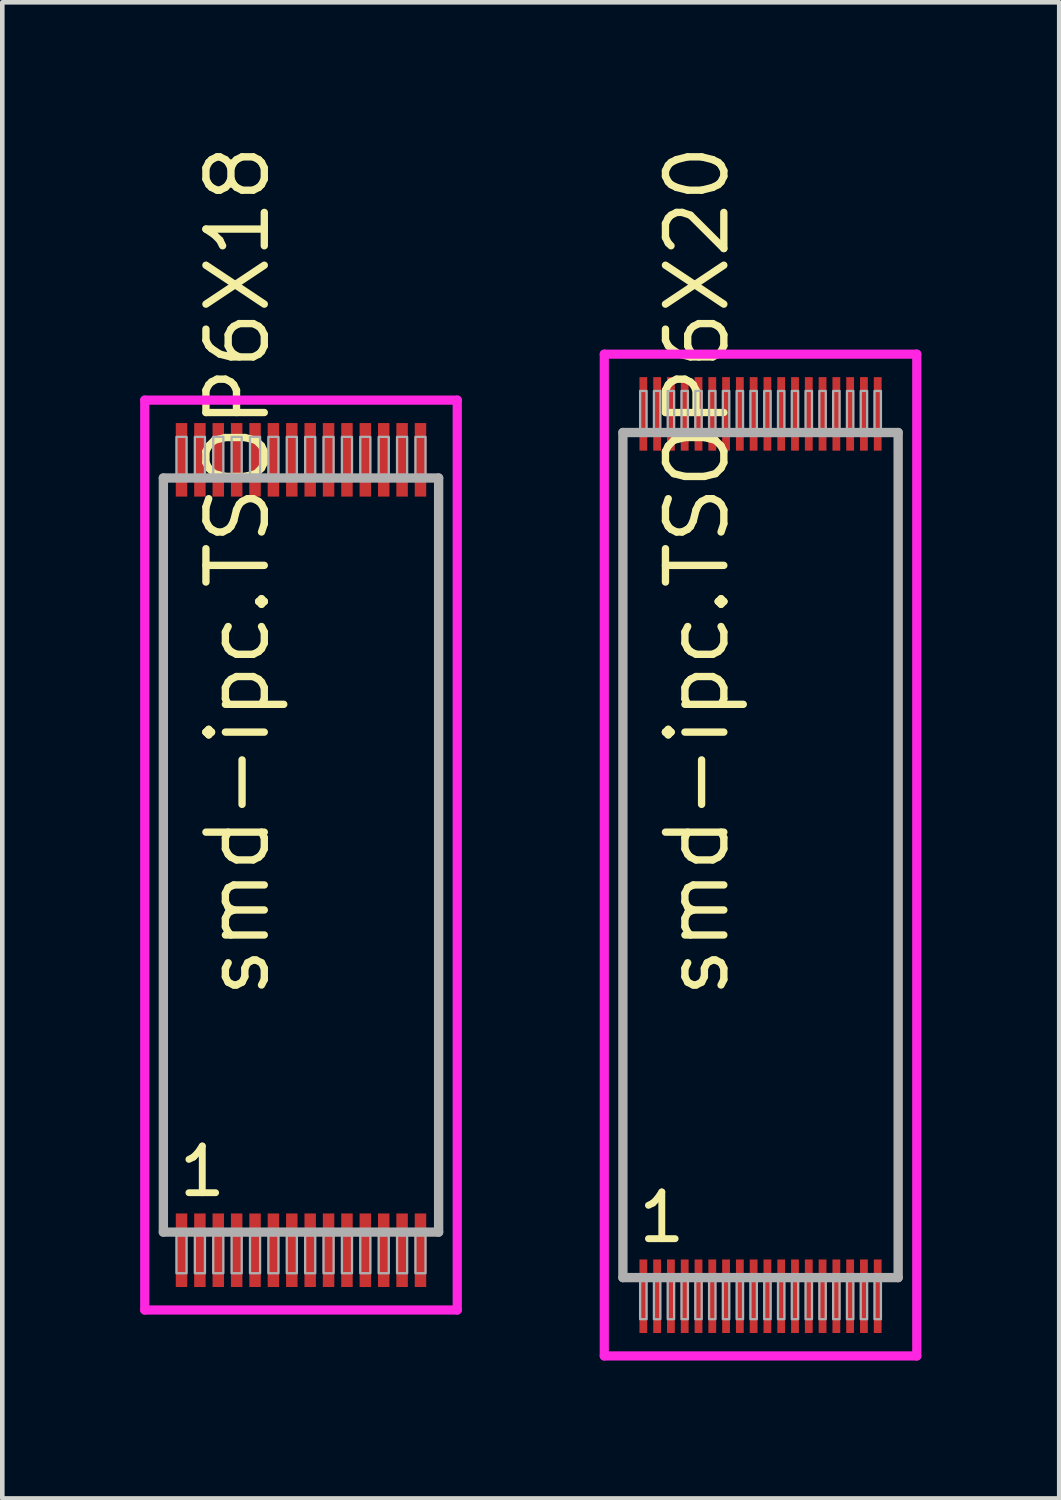
<source format=kicad_pcb>
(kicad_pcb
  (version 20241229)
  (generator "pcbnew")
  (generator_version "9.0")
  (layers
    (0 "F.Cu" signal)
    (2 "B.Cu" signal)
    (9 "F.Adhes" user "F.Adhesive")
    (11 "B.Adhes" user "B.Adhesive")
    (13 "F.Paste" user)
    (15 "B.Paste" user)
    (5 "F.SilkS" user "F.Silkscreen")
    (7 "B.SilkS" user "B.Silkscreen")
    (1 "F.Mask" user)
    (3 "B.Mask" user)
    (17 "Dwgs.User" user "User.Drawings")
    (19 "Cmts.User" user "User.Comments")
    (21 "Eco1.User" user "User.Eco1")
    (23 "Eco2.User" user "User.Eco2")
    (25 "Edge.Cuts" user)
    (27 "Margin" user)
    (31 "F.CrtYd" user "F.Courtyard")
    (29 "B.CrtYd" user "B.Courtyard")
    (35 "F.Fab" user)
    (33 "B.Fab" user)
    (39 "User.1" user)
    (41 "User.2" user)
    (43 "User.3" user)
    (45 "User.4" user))
  (footprint "smd-ipc.TSOP6X20"
    (layer "F.Cu")
    (at 13.5 15.557)
    (property "Reference" "smd-ipc.TSOP6X20" (at -0.635 3.175 90) (layer "F.SilkS") (effects (font (size 1.27 1.27) (thickness 0.16)) (justify left bottom)))
    (attr smd)
    (fp_line (start -3.4 -10.9) (end 3.4 -10.9) (stroke (width 0.2) (type default)) (layer "F.CrtYd"))
    (fp_line (start -3.4 10.9) (end -3.4 -10.9) (stroke (width 0.2) (type default)) (layer "F.CrtYd"))
    (fp_line (start 3.4 -10.9) (end 3.4 10.9) (stroke (width 0.2) (type default)) (layer "F.CrtYd"))
    (fp_line (start 3.4 10.9) (end -3.4 10.9) (stroke (width 0.2) (type default)) (layer "F.CrtYd"))
    (fp_line (start -2.995 -9.195) (end 2.995 -9.195) (stroke (width 0.203) (type default)) (layer "F.Fab"))
    (fp_line (start -2.995 9.195) (end -2.995 -9.195) (stroke (width 0.203) (type default)) (layer "F.Fab"))
    (fp_line (start 2.995 -9.195) (end 2.995 9.195) (stroke (width 0.203) (type default)) (layer "F.Fab"))
    (fp_line (start 2.995 9.195) (end -2.995 9.195) (stroke (width 0.203) (type default)) (layer "F.Fab"))
    (fp_rect (start -2.62 -9.25) (end -2.48 -10.1) (stroke (width 0.05) (type default)) (fill no) (layer "F.Fab"))
    (fp_rect (start -2.62 10.1) (end -2.48 9.25) (stroke (width 0.05) (type default)) (fill no) (layer "F.Fab"))
    (fp_rect (start -2.32 -9.25) (end -2.18 -10.1) (stroke (width 0.05) (type default)) (fill no) (layer "F.Fab"))
    (fp_rect (start -2.32 10.1) (end -2.18 9.25) (stroke (width 0.05) (type default)) (fill no) (layer "F.Fab"))
    (fp_rect (start -2.02 -9.25) (end -1.88 -10.1) (stroke (width 0.05) (type default)) (fill no) (layer "F.Fab"))
    (fp_rect (start -2.02 10.1) (end -1.88 9.25) (stroke (width 0.05) (type default)) (fill no) (layer "F.Fab"))
    (fp_rect (start -1.72 -9.25) (end -1.58 -10.1) (stroke (width 0.05) (type default)) (fill no) (layer "F.Fab"))
    (fp_rect (start -1.72 10.1) (end -1.58 9.25) (stroke (width 0.05) (type default)) (fill no) (layer "F.Fab"))
    (fp_rect (start -1.42 -9.25) (end -1.28 -10.1) (stroke (width 0.05) (type default)) (fill no) (layer "F.Fab"))
    (fp_rect (start -1.42 10.1) (end -1.28 9.25) (stroke (width 0.05) (type default)) (fill no) (layer "F.Fab"))
    (fp_rect (start -1.12 -9.25) (end -0.98 -10.1) (stroke (width 0.05) (type default)) (fill no) (layer "F.Fab"))
    (fp_rect (start -1.12 10.1) (end -0.98 9.25) (stroke (width 0.05) (type default)) (fill no) (layer "F.Fab"))
    (fp_rect (start -0.82 -9.25) (end -0.68 -10.1) (stroke (width 0.05) (type default)) (fill no) (layer "F.Fab"))
    (fp_rect (start -0.82 10.1) (end -0.68 9.25) (stroke (width 0.05) (type default)) (fill no) (layer "F.Fab"))
    (fp_rect (start -0.52 -9.25) (end -0.38 -10.1) (stroke (width 0.05) (type default)) (fill no) (layer "F.Fab"))
    (fp_rect (start -0.52 10.1) (end -0.38 9.25) (stroke (width 0.05) (type default)) (fill no) (layer "F.Fab"))
    (fp_rect (start -0.22 -9.25) (end -0.08 -10.1) (stroke (width 0.05) (type default)) (fill no) (layer "F.Fab"))
    (fp_rect (start -0.22 10.1) (end -0.08 9.25) (stroke (width 0.05) (type default)) (fill no) (layer "F.Fab"))
    (fp_rect (start 0.08 -9.25) (end 0.22 -10.1) (stroke (width 0.05) (type default)) (fill no) (layer "F.Fab"))
    (fp_rect (start 0.08 10.1) (end 0.22 9.25) (stroke (width 0.05) (type default)) (fill no) (layer "F.Fab"))
    (fp_rect (start 0.38 -9.25) (end 0.52 -10.1) (stroke (width 0.05) (type default)) (fill no) (layer "F.Fab"))
    (fp_rect (start 0.38 10.1) (end 0.52 9.25) (stroke (width 0.05) (type default)) (fill no) (layer "F.Fab"))
    (fp_rect (start 0.68 -9.25) (end 0.82 -10.1) (stroke (width 0.05) (type default)) (fill no) (layer "F.Fab"))
    (fp_rect (start 0.68 10.1) (end 0.82 9.25) (stroke (width 0.05) (type default)) (fill no) (layer "F.Fab"))
    (fp_rect (start 0.98 -9.25) (end 1.12 -10.1) (stroke (width 0.05) (type default)) (fill no) (layer "F.Fab"))
    (fp_rect (start 0.98 10.1) (end 1.12 9.25) (stroke (width 0.05) (type default)) (fill no) (layer "F.Fab"))
    (fp_rect (start 1.28 -9.25) (end 1.42 -10.1) (stroke (width 0.05) (type default)) (fill no) (layer "F.Fab"))
    (fp_rect (start 1.28 10.1) (end 1.42 9.25) (stroke (width 0.05) (type default)) (fill no) (layer "F.Fab"))
    (fp_rect (start 1.58 -9.25) (end 1.72 -10.1) (stroke (width 0.05) (type default)) (fill no) (layer "F.Fab"))
    (fp_rect (start 1.58 10.1) (end 1.72 9.25) (stroke (width 0.05) (type default)) (fill no) (layer "F.Fab"))
    (fp_rect (start 1.88 -9.25) (end 2.02 -10.1) (stroke (width 0.05) (type default)) (fill no) (layer "F.Fab"))
    (fp_rect (start 1.88 10.1) (end 2.02 9.25) (stroke (width 0.05) (type default)) (fill no) (layer "F.Fab"))
    (fp_rect (start 2.18 -9.25) (end 2.32 -10.1) (stroke (width 0.05) (type default)) (fill no) (layer "F.Fab"))
    (fp_rect (start 2.18 10.1) (end 2.32 9.25) (stroke (width 0.05) (type default)) (fill no) (layer "F.Fab"))
    (fp_rect (start 2.48 -9.25) (end 2.62 -10.1) (stroke (width 0.05) (type default)) (fill no) (layer "F.Fab"))
    (fp_rect (start 2.48 10.1) (end 2.62 9.25) (stroke (width 0.05) (type default)) (fill no) (layer "F.Fab"))
    (fp_text user "1" (at -2.731 8.48 0) (layer "F.SilkS") (effects (font (size 1.016 1.016) (thickness 0.15)) (justify left bottom)))
    (pad "1" smd roundrect (at -2.55 9.6) (size 0.17 1.6) (layers "F.Cu" "F.Mask" "F.Paste") (roundrect_rratio 0.01))
    (pad "2" smd roundrect (at -2.25 9.6) (size 0.17 1.6) (layers "F.Cu" "F.Mask" "F.Paste") (roundrect_rratio 0.01))
    (pad "3" smd roundrect (at -1.95 9.6) (size 0.17 1.6) (layers "F.Cu" "F.Mask" "F.Paste") (roundrect_rratio 0.01))
    (pad "4" smd roundrect (at -1.65 9.6) (size 0.17 1.6) (layers "F.Cu" "F.Mask" "F.Paste") (roundrect_rratio 0.01))
    (pad "5" smd roundrect (at -1.35 9.6) (size 0.17 1.6) (layers "F.Cu" "F.Mask" "F.Paste") (roundrect_rratio 0.01))
    (pad "6" smd roundrect (at -1.05 9.6) (size 0.17 1.6) (layers "F.Cu" "F.Mask" "F.Paste") (roundrect_rratio 0.01))
    (pad "7" smd roundrect (at -0.75 9.6) (size 0.17 1.6) (layers "F.Cu" "F.Mask" "F.Paste") (roundrect_rratio 0.01))
    (pad "8" smd roundrect (at -0.45 9.6) (size 0.17 1.6) (layers "F.Cu" "F.Mask" "F.Paste") (roundrect_rratio 0.01))
    (pad "9" smd roundrect (at -0.15 9.6) (size 0.17 1.6) (layers "F.Cu" "F.Mask" "F.Paste") (roundrect_rratio 0.01))
    (pad "10" smd roundrect (at 0.15 9.6) (size 0.17 1.6) (layers "F.Cu" "F.Mask" "F.Paste") (roundrect_rratio 0.01))
    (pad "11" smd roundrect (at 0.45 9.6) (size 0.17 1.6) (layers "F.Cu" "F.Mask" "F.Paste") (roundrect_rratio 0.01))
    (pad "12" smd roundrect (at 0.75 9.6) (size 0.17 1.6) (layers "F.Cu" "F.Mask" "F.Paste") (roundrect_rratio 0.01))
    (pad "13" smd roundrect (at 1.05 9.6) (size 0.17 1.6) (layers "F.Cu" "F.Mask" "F.Paste") (roundrect_rratio 0.01))
    (pad "14" smd roundrect (at 1.35 9.6) (size 0.17 1.6) (layers "F.Cu" "F.Mask" "F.Paste") (roundrect_rratio 0.01))
    (pad "15" smd roundrect (at 1.65 9.6) (size 0.17 1.6) (layers "F.Cu" "F.Mask" "F.Paste") (roundrect_rratio 0.01))
    (pad "16" smd roundrect (at 1.95 9.6) (size 0.17 1.6) (layers "F.Cu" "F.Mask" "F.Paste") (roundrect_rratio 0.01))
    (pad "17" smd roundrect (at 2.25 9.6) (size 0.17 1.6) (layers "F.Cu" "F.Mask" "F.Paste") (roundrect_rratio 0.01))
    (pad "18" smd roundrect (at 2.55 9.6) (size 0.17 1.6) (layers "F.Cu" "F.Mask" "F.Paste") (roundrect_rratio 0.01))
    (pad "19" smd roundrect (at 2.55 -9.6) (size 0.17 1.6) (layers "F.Cu" "F.Mask" "F.Paste") (roundrect_rratio 0.01))
    (pad "20" smd roundrect (at 2.25 -9.6) (size 0.17 1.6) (layers "F.Cu" "F.Mask" "F.Paste") (roundrect_rratio 0.01))
    (pad "21" smd roundrect (at 1.95 -9.6) (size 0.17 1.6) (layers "F.Cu" "F.Mask" "F.Paste") (roundrect_rratio 0.01))
    (pad "22" smd roundrect (at 1.65 -9.6) (size 0.17 1.6) (layers "F.Cu" "F.Mask" "F.Paste") (roundrect_rratio 0.01))
    (pad "23" smd roundrect (at 1.35 -9.6) (size 0.17 1.6) (layers "F.Cu" "F.Mask" "F.Paste") (roundrect_rratio 0.01))
    (pad "24" smd roundrect (at 1.05 -9.6) (size 0.17 1.6) (layers "F.Cu" "F.Mask" "F.Paste") (roundrect_rratio 0.01))
    (pad "25" smd roundrect (at 0.75 -9.6) (size 0.17 1.6) (layers "F.Cu" "F.Mask" "F.Paste") (roundrect_rratio 0.01))
    (pad "26" smd roundrect (at 0.45 -9.6) (size 0.17 1.6) (layers "F.Cu" "F.Mask" "F.Paste") (roundrect_rratio 0.01))
    (pad "27" smd roundrect (at 0.15 -9.6) (size 0.17 1.6) (layers "F.Cu" "F.Mask" "F.Paste") (roundrect_rratio 0.01))
    (pad "28" smd roundrect (at -0.15 -9.6) (size 0.17 1.6) (layers "F.Cu" "F.Mask" "F.Paste") (roundrect_rratio 0.01))
    (pad "29" smd roundrect (at -0.45 -9.6) (size 0.17 1.6) (layers "F.Cu" "F.Mask" "F.Paste") (roundrect_rratio 0.01))
    (pad "30" smd roundrect (at -0.75 -9.6) (size 0.17 1.6) (layers "F.Cu" "F.Mask" "F.Paste") (roundrect_rratio 0.01))
    (pad "31" smd roundrect (at -1.05 -9.6) (size 0.17 1.6) (layers "F.Cu" "F.Mask" "F.Paste") (roundrect_rratio 0.01))
    (pad "32" smd roundrect (at -1.35 -9.6) (size 0.17 1.6) (layers "F.Cu" "F.Mask" "F.Paste") (roundrect_rratio 0.01))
    (pad "33" smd roundrect (at -1.65 -9.6) (size 0.17 1.6) (layers "F.Cu" "F.Mask" "F.Paste") (roundrect_rratio 0.01))
    (pad "34" smd roundrect (at -1.95 -9.6) (size 0.17 1.6) (layers "F.Cu" "F.Mask" "F.Paste") (roundrect_rratio 0.01))
    (pad "35" smd roundrect (at -2.25 -9.6) (size 0.17 1.6) (layers "F.Cu" "F.Mask" "F.Paste") (roundrect_rratio 0.01))
    (pad "36" smd roundrect (at -2.55 -9.6) (size 0.17 1.6) (layers "F.Cu" "F.Mask" "F.Paste") (roundrect_rratio 0.01)))
  (footprint "smd-ipc.TSOP6X18"
    (layer "F.Cu")
    (at 3.5 15.557)
    (property "Reference" "smd-ipc.TSOP6X18" (at -0.635 3.175 90) (layer "F.SilkS") (effects (font (size 1.27 1.27) (thickness 0.16)) (justify left bottom)))
    (attr smd)
    (fp_line (start -3.4 -9.9) (end 3.4 -9.9) (stroke (width 0.2) (type default)) (layer "F.CrtYd"))
    (fp_line (start -3.4 9.9) (end -3.4 -9.9) (stroke (width 0.2) (type default)) (layer "F.CrtYd"))
    (fp_line (start 3.4 -9.9) (end 3.4 9.9) (stroke (width 0.2) (type default)) (layer "F.CrtYd"))
    (fp_line (start 3.4 9.9) (end -3.4 9.9) (stroke (width 0.2) (type default)) (layer "F.CrtYd"))
    (fp_line (start -2.995 -8.205) (end 2.995 -8.205) (stroke (width 0.203) (type default)) (layer "F.Fab"))
    (fp_line (start -2.995 8.205) (end -2.995 -8.205) (stroke (width 0.203) (type default)) (layer "F.Fab"))
    (fp_line (start 2.995 -8.205) (end 2.995 8.205) (stroke (width 0.203) (type default)) (layer "F.Fab"))
    (fp_line (start 2.995 8.205) (end -2.995 8.205) (stroke (width 0.203) (type default)) (layer "F.Fab"))
    (fp_rect (start -2.71 -8.27) (end -2.49 -9.1) (stroke (width 0.05) (type default)) (fill no) (layer "F.Fab"))
    (fp_rect (start -2.71 9.1) (end -2.49 8.27) (stroke (width 0.05) (type default)) (fill no) (layer "F.Fab"))
    (fp_rect (start -2.31 -8.27) (end -2.09 -9.1) (stroke (width 0.05) (type default)) (fill no) (layer "F.Fab"))
    (fp_rect (start -2.31 9.1) (end -2.09 8.27) (stroke (width 0.05) (type default)) (fill no) (layer "F.Fab"))
    (fp_rect (start -1.91 -8.27) (end -1.69 -9.1) (stroke (width 0.05) (type default)) (fill no) (layer "F.Fab"))
    (fp_rect (start -1.91 9.1) (end -1.69 8.27) (stroke (width 0.05) (type default)) (fill no) (layer "F.Fab"))
    (fp_rect (start -1.51 -8.27) (end -1.29 -9.1) (stroke (width 0.05) (type default)) (fill no) (layer "F.Fab"))
    (fp_rect (start -1.51 9.1) (end -1.29 8.27) (stroke (width 0.05) (type default)) (fill no) (layer "F.Fab"))
    (fp_rect (start -1.11 -8.27) (end -0.89 -9.1) (stroke (width 0.05) (type default)) (fill no) (layer "F.Fab"))
    (fp_rect (start -1.11 9.1) (end -0.89 8.27) (stroke (width 0.05) (type default)) (fill no) (layer "F.Fab"))
    (fp_rect (start -0.71 -8.27) (end -0.49 -9.1) (stroke (width 0.05) (type default)) (fill no) (layer "F.Fab"))
    (fp_rect (start -0.71 9.1) (end -0.49 8.27) (stroke (width 0.05) (type default)) (fill no) (layer "F.Fab"))
    (fp_rect (start -0.31 -8.27) (end -0.09 -9.1) (stroke (width 0.05) (type default)) (fill no) (layer "F.Fab"))
    (fp_rect (start -0.31 9.1) (end -0.09 8.27) (stroke (width 0.05) (type default)) (fill no) (layer "F.Fab"))
    (fp_rect (start 0.09 -8.27) (end 0.31 -9.1) (stroke (width 0.05) (type default)) (fill no) (layer "F.Fab"))
    (fp_rect (start 0.09 9.1) (end 0.31 8.27) (stroke (width 0.05) (type default)) (fill no) (layer "F.Fab"))
    (fp_rect (start 0.49 -8.27) (end 0.71 -9.1) (stroke (width 0.05) (type default)) (fill no) (layer "F.Fab"))
    (fp_rect (start 0.49 9.1) (end 0.71 8.27) (stroke (width 0.05) (type default)) (fill no) (layer "F.Fab"))
    (fp_rect (start 0.89 -8.27) (end 1.11 -9.1) (stroke (width 0.05) (type default)) (fill no) (layer "F.Fab"))
    (fp_rect (start 0.89 9.1) (end 1.11 8.27) (stroke (width 0.05) (type default)) (fill no) (layer "F.Fab"))
    (fp_rect (start 1.29 -8.27) (end 1.51 -9.1) (stroke (width 0.05) (type default)) (fill no) (layer "F.Fab"))
    (fp_rect (start 1.29 9.1) (end 1.51 8.27) (stroke (width 0.05) (type default)) (fill no) (layer "F.Fab"))
    (fp_rect (start 1.69 -8.27) (end 1.91 -9.1) (stroke (width 0.05) (type default)) (fill no) (layer "F.Fab"))
    (fp_rect (start 1.69 9.1) (end 1.91 8.27) (stroke (width 0.05) (type default)) (fill no) (layer "F.Fab"))
    (fp_rect (start 2.09 -8.27) (end 2.31 -9.1) (stroke (width 0.05) (type default)) (fill no) (layer "F.Fab"))
    (fp_rect (start 2.09 9.1) (end 2.31 8.27) (stroke (width 0.05) (type default)) (fill no) (layer "F.Fab"))
    (fp_rect (start 2.49 -8.27) (end 2.71 -9.1) (stroke (width 0.05) (type default)) (fill no) (layer "F.Fab"))
    (fp_rect (start 2.49 9.1) (end 2.71 8.27) (stroke (width 0.05) (type default)) (fill no) (layer "F.Fab"))
    (fp_text user "1" (at -2.731 7.48 0) (layer "F.SilkS") (effects (font (size 1.016 1.016) (thickness 0.15)) (justify left bottom)))
    (pad "1" smd roundrect (at -2.6 8.6) (size 0.25 1.6) (layers "F.Cu" "F.Mask" "F.Paste") (roundrect_rratio 0.01))
    (pad "2" smd roundrect (at -2.2 8.6) (size 0.25 1.6) (layers "F.Cu" "F.Mask" "F.Paste") (roundrect_rratio 0.01))
    (pad "3" smd roundrect (at -1.8 8.6) (size 0.25 1.6) (layers "F.Cu" "F.Mask" "F.Paste") (roundrect_rratio 0.01))
    (pad "4" smd roundrect (at -1.4 8.6) (size 0.25 1.6) (layers "F.Cu" "F.Mask" "F.Paste") (roundrect_rratio 0.01))
    (pad "5" smd roundrect (at -1 8.6) (size 0.25 1.6) (layers "F.Cu" "F.Mask" "F.Paste") (roundrect_rratio 0.01))
    (pad "6" smd roundrect (at -0.6 8.6) (size 0.25 1.6) (layers "F.Cu" "F.Mask" "F.Paste") (roundrect_rratio 0.01))
    (pad "7" smd roundrect (at -0.2 8.6) (size 0.25 1.6) (layers "F.Cu" "F.Mask" "F.Paste") (roundrect_rratio 0.01))
    (pad "8" smd roundrect (at 0.2 8.6) (size 0.25 1.6) (layers "F.Cu" "F.Mask" "F.Paste") (roundrect_rratio 0.01))
    (pad "9" smd roundrect (at 0.6 8.6) (size 0.25 1.6) (layers "F.Cu" "F.Mask" "F.Paste") (roundrect_rratio 0.01))
    (pad "10" smd roundrect (at 1 8.6) (size 0.25 1.6) (layers "F.Cu" "F.Mask" "F.Paste") (roundrect_rratio 0.01))
    (pad "11" smd roundrect (at 1.4 8.6) (size 0.25 1.6) (layers "F.Cu" "F.Mask" "F.Paste") (roundrect_rratio 0.01))
    (pad "12" smd roundrect (at 1.8 8.6) (size 0.25 1.6) (layers "F.Cu" "F.Mask" "F.Paste") (roundrect_rratio 0.01))
    (pad "13" smd roundrect (at 2.2 8.6) (size 0.25 1.6) (layers "F.Cu" "F.Mask" "F.Paste") (roundrect_rratio 0.01))
    (pad "14" smd roundrect (at 2.6 8.6) (size 0.25 1.6) (layers "F.Cu" "F.Mask" "F.Paste") (roundrect_rratio 0.01))
    (pad "15" smd roundrect (at 2.6 -8.6) (size 0.25 1.6) (layers "F.Cu" "F.Mask" "F.Paste") (roundrect_rratio 0.01))
    (pad "16" smd roundrect (at 2.2 -8.6) (size 0.25 1.6) (layers "F.Cu" "F.Mask" "F.Paste") (roundrect_rratio 0.01))
    (pad "17" smd roundrect (at 1.8 -8.6) (size 0.25 1.6) (layers "F.Cu" "F.Mask" "F.Paste") (roundrect_rratio 0.01))
    (pad "18" smd roundrect (at 1.4 -8.6) (size 0.25 1.6) (layers "F.Cu" "F.Mask" "F.Paste") (roundrect_rratio 0.01))
    (pad "19" smd roundrect (at 1 -8.6) (size 0.25 1.6) (layers "F.Cu" "F.Mask" "F.Paste") (roundrect_rratio 0.01))
    (pad "20" smd roundrect (at 0.6 -8.6) (size 0.25 1.6) (layers "F.Cu" "F.Mask" "F.Paste") (roundrect_rratio 0.01))
    (pad "21" smd roundrect (at 0.2 -8.6) (size 0.25 1.6) (layers "F.Cu" "F.Mask" "F.Paste") (roundrect_rratio 0.01))
    (pad "22" smd roundrect (at -0.2 -8.6) (size 0.25 1.6) (layers "F.Cu" "F.Mask" "F.Paste") (roundrect_rratio 0.01))
    (pad "23" smd roundrect (at -0.6 -8.6) (size 0.25 1.6) (layers "F.Cu" "F.Mask" "F.Paste") (roundrect_rratio 0.01))
    (pad "24" smd roundrect (at -1 -8.6) (size 0.25 1.6) (layers "F.Cu" "F.Mask" "F.Paste") (roundrect_rratio 0.01))
    (pad "25" smd roundrect (at -1.4 -8.6) (size 0.25 1.6) (layers "F.Cu" "F.Mask" "F.Paste") (roundrect_rratio 0.01))
    (pad "26" smd roundrect (at -1.8 -8.6) (size 0.25 1.6) (layers "F.Cu" "F.Mask" "F.Paste") (roundrect_rratio 0.01))
    (pad "27" smd roundrect (at -2.2 -8.6) (size 0.25 1.6) (layers "F.Cu" "F.Mask" "F.Paste") (roundrect_rratio 0.01))
    (pad "28" smd roundrect (at -2.6 -8.6) (size 0.25 1.6) (layers "F.Cu" "F.Mask" "F.Paste") (roundrect_rratio 0.01)))
  (gr_rect
    (start -3 -3)
    (end 20 29.557)
    (stroke (width 0.1) (type default))
    (fill no)
    (layer "Edge.Cuts")))
</source>
